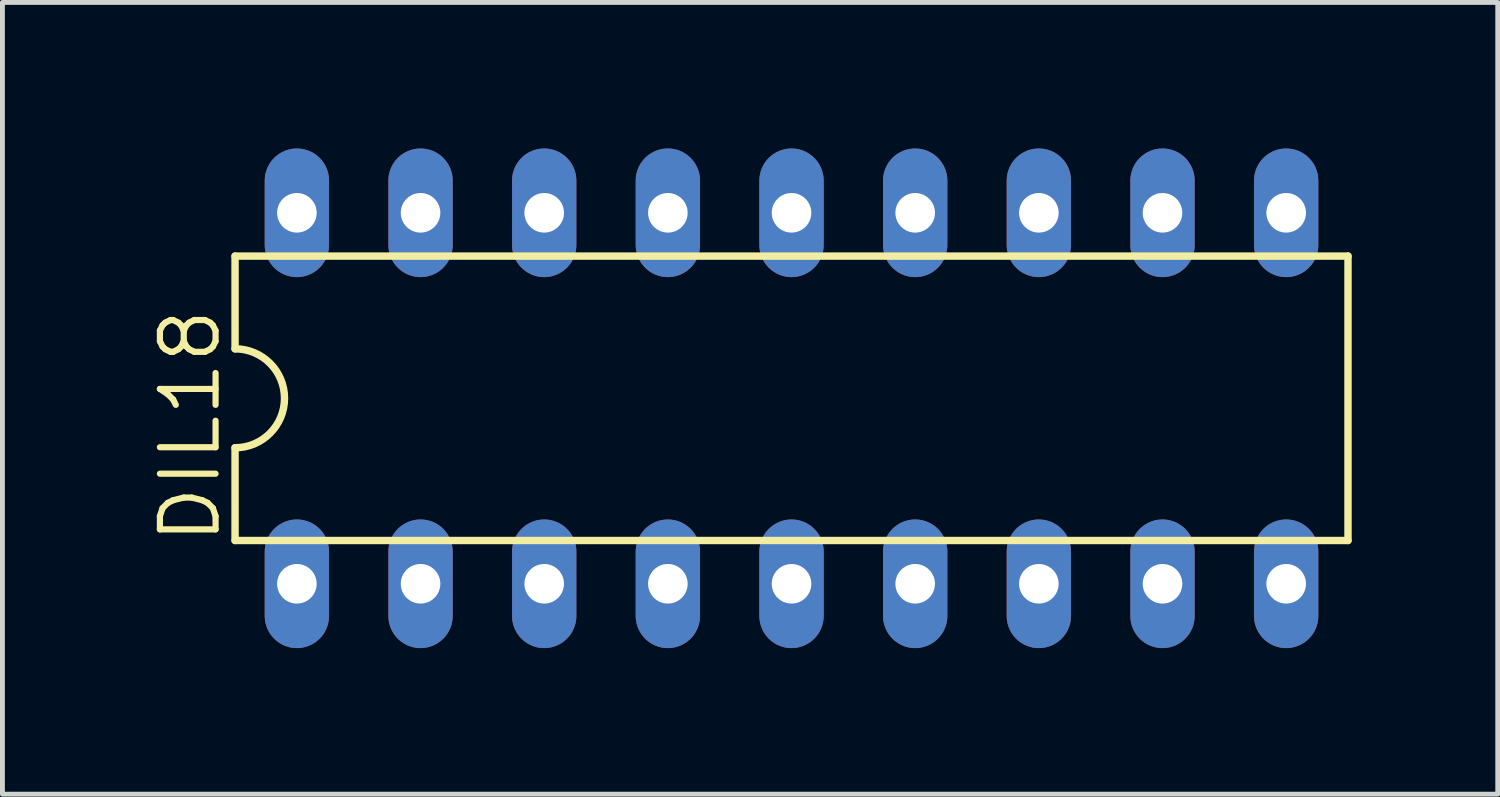
<source format=kicad_pcb>
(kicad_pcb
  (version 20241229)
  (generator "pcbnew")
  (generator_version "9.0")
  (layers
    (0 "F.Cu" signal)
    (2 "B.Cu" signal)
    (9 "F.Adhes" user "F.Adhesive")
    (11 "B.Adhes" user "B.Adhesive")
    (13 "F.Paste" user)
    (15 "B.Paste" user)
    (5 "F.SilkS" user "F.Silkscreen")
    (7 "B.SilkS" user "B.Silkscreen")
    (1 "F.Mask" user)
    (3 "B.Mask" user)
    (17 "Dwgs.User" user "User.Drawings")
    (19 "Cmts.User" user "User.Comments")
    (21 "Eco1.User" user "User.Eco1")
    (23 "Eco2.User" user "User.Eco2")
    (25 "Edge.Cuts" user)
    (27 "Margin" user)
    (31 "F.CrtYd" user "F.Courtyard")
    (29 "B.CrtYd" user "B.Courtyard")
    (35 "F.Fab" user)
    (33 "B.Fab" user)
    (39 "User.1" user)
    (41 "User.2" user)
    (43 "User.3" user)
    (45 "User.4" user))
  (footprint "DIL18"
    (layer "F.Cu")
    (at 13.208 5.131)
    (property "Reference" "DIL18" (at -11.684 3.048 90) (layer "F.SilkS") (effects (font (size 1.143 1.143) (thickness 0.127)) (justify left bottom)))
    (fp_line (start -11.43 -2.921) (end -11.43 -1.016) (stroke (width 0.152) (type solid)) (layer "F.SilkS"))
    (fp_line (start -11.43 2.921) (end -11.43 1.016) (stroke (width 0.152) (type solid)) (layer "F.SilkS"))
    (fp_line (start -11.43 2.921) (end 11.43 2.921) (stroke (width 0.152) (type solid)) (layer "F.SilkS"))
    (fp_line (start 11.43 -2.921) (end -11.43 -2.921) (stroke (width 0.152) (type solid)) (layer "F.SilkS"))
    (fp_line (start 11.43 -2.921) (end 11.43 2.921) (stroke (width 0.152) (type solid)) (layer "F.SilkS"))
    (fp_arc (start -11.43 -1.016) (mid -10.414 0) (end -11.43 1.016) (stroke (width 0.1524) (type solid)) (layer "F.SilkS"))
    (pad "1" thru_hole oval (at -10.16 3.81 90) (size 2.642 1.321) (drill 0.813) (layers "*.Cu" "*.Mask"))
    (pad "2" thru_hole oval (at -7.62 3.81 90) (size 2.642 1.321) (drill 0.813) (layers "*.Cu" "*.Mask"))
    (pad "3" thru_hole oval (at -5.08 3.81 90) (size 2.642 1.321) (drill 0.813) (layers "*.Cu" "*.Mask"))
    (pad "4" thru_hole oval (at -2.54 3.81 90) (size 2.642 1.321) (drill 0.813) (layers "*.Cu" "*.Mask"))
    (pad "5" thru_hole oval (at 0 3.81 90) (size 2.642 1.321) (drill 0.813) (layers "*.Cu" "*.Mask"))
    (pad "6" thru_hole oval (at 2.54 3.81 90) (size 2.642 1.321) (drill 0.813) (layers "*.Cu" "*.Mask"))
    (pad "7" thru_hole oval (at 5.08 3.81 90) (size 2.642 1.321) (drill 0.813) (layers "*.Cu" "*.Mask"))
    (pad "8" thru_hole oval (at 7.62 3.81 90) (size 2.642 1.321) (drill 0.813) (layers "*.Cu" "*.Mask"))
    (pad "9" thru_hole oval (at 10.16 3.81 90) (size 2.642 1.321) (drill 0.813) (layers "*.Cu" "*.Mask"))
    (pad "10" thru_hole oval (at 10.16 -3.81 90) (size 2.642 1.321) (drill 0.813) (layers "*.Cu" "*.Mask"))
    (pad "11" thru_hole oval (at 7.62 -3.81 90) (size 2.642 1.321) (drill 0.813) (layers "*.Cu" "*.Mask"))
    (pad "12" thru_hole oval (at 5.08 -3.81 90) (size 2.642 1.321) (drill 0.813) (layers "*.Cu" "*.Mask"))
    (pad "13" thru_hole oval (at 2.54 -3.81 90) (size 2.642 1.321) (drill 0.813) (layers "*.Cu" "*.Mask"))
    (pad "14" thru_hole oval (at 0 -3.81 90) (size 2.642 1.321) (drill 0.813) (layers "*.Cu" "*.Mask"))
    (pad "15" thru_hole oval (at -2.54 -3.81 90) (size 2.642 1.321) (drill 0.813) (layers "*.Cu" "*.Mask"))
    (pad "16" thru_hole oval (at -5.08 -3.81 90) (size 2.642 1.321) (drill 0.813) (layers "*.Cu" "*.Mask"))
    (pad "17" thru_hole oval (at -7.62 -3.81 90) (size 2.642 1.321) (drill 0.813) (layers "*.Cu" "*.Mask"))
    (pad "18" thru_hole oval (at -10.16 -3.81 90) (size 2.642 1.321) (drill 0.813) (layers "*.Cu" "*.Mask")))
  (gr_rect
    (start -3 -3)
    (end 27.714 13.262)
    (stroke (width 0.1) (type default))
    (fill no)
    (layer "Edge.Cuts")))
</source>
